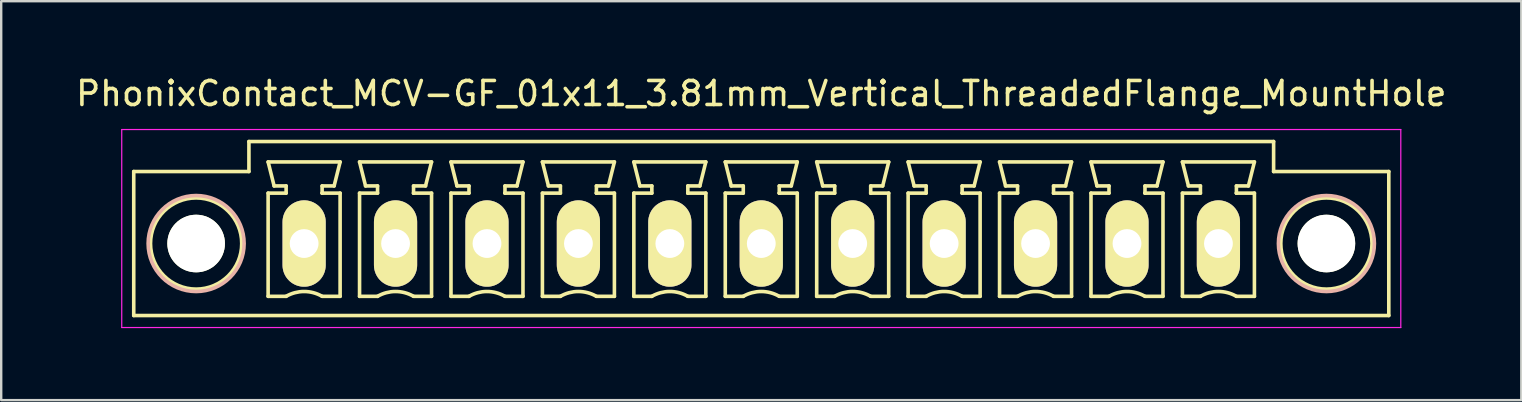
<source format=kicad_pcb>
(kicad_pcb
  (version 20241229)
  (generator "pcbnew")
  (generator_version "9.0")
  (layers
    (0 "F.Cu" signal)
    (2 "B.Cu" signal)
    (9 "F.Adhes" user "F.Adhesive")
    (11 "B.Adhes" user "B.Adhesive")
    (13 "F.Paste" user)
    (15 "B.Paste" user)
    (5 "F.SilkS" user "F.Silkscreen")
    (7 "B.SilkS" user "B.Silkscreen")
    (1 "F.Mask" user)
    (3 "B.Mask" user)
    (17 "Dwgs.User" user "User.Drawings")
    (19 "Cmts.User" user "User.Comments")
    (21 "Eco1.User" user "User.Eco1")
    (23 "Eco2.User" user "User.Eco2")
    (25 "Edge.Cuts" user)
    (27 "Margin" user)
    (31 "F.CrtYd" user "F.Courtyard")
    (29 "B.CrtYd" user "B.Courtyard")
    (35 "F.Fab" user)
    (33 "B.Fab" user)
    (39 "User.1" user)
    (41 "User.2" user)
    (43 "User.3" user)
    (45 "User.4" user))
  (footprint "PhonixContact_MCV-GF_01x11_3.81mm_Vertical_ThreadedFlange_MountHole"
    (layer "F.Cu")
    (at 9.623 7.098)
    (property "Reference" "PhonixContact_MCV-GF_01x11_3.81mm_Vertical_ThreadedFlange_MountHole" (at 19.05 -6.25 0) (layer "F.SilkS") (effects (font (size 1 1) (thickness 0.15))))
    (attr through_hole)
    (fp_line (start -7.1 -3) (end -7.1 3) (stroke (width 0.15) (type solid)) (layer "F.SilkS"))
    (fp_line (start -7.1 3) (end 45.2 3) (stroke (width 0.15) (type solid)) (layer "F.SilkS"))
    (fp_line (start -2.3 -4.25) (end -2.3 -3) (stroke (width 0.15) (type solid)) (layer "F.SilkS"))
    (fp_line (start -2.3 -3) (end -7.1 -3) (stroke (width 0.15) (type solid)) (layer "F.SilkS"))
    (fp_line (start -1.5 -3.4) (end 1.5 -3.4) (stroke (width 0.15) (type solid)) (layer "F.SilkS"))
    (fp_line (start -1.5 -2.1) (end -0.75 -2.1) (stroke (width 0.15) (type solid)) (layer "F.SilkS"))
    (fp_line (start -1.5 2.2) (end -1.5 -2.1) (stroke (width 0.15) (type solid)) (layer "F.SilkS"))
    (fp_line (start -1.25 -2.4) (end -1.5 -3.4) (stroke (width 0.15) (type solid)) (layer "F.SilkS"))
    (fp_line (start -0.75 -2.4) (end -1.25 -2.4) (stroke (width 0.15) (type solid)) (layer "F.SilkS"))
    (fp_line (start -0.75 -2.1) (end -0.75 -2.4) (stroke (width 0.15) (type solid)) (layer "F.SilkS"))
    (fp_line (start -0.75 2.2) (end -1.5 2.2) (stroke (width 0.15) (type solid)) (layer "F.SilkS"))
    (fp_line (start 0.75 -2.4) (end 0.75 -2.1) (stroke (width 0.15) (type solid)) (layer "F.SilkS"))
    (fp_line (start 0.75 -2.1) (end 0.75 -2.1) (stroke (width 0.15) (type solid)) (layer "F.SilkS"))
    (fp_line (start 0.75 -2.1) (end 1.5 -2.1) (stroke (width 0.15) (type solid)) (layer "F.SilkS"))
    (fp_line (start 1.25 -2.4) (end 0.75 -2.4) (stroke (width 0.15) (type solid)) (layer "F.SilkS"))
    (fp_line (start 1.5 -3.4) (end 1.25 -2.4) (stroke (width 0.15) (type solid)) (layer "F.SilkS"))
    (fp_line (start 1.5 -2.1) (end 1.5 2.2) (stroke (width 0.15) (type solid)) (layer "F.SilkS"))
    (fp_line (start 1.5 2.2) (end 0.75 2.2) (stroke (width 0.15) (type solid)) (layer "F.SilkS"))
    (fp_line (start 2.31 -3.4) (end 5.31 -3.4) (stroke (width 0.15) (type solid)) (layer "F.SilkS"))
    (fp_line (start 2.31 -2.1) (end 3.06 -2.1) (stroke (width 0.15) (type solid)) (layer "F.SilkS"))
    (fp_line (start 2.31 2.2) (end 2.31 -2.1) (stroke (width 0.15) (type solid)) (layer "F.SilkS"))
    (fp_line (start 2.56 -2.4) (end 2.31 -3.4) (stroke (width 0.15) (type solid)) (layer "F.SilkS"))
    (fp_line (start 3.06 -2.4) (end 2.56 -2.4) (stroke (width 0.15) (type solid)) (layer "F.SilkS"))
    (fp_line (start 3.06 -2.1) (end 3.06 -2.4) (stroke (width 0.15) (type solid)) (layer "F.SilkS"))
    (fp_line (start 3.06 2.2) (end 2.31 2.2) (stroke (width 0.15) (type solid)) (layer "F.SilkS"))
    (fp_line (start 4.56 -2.4) (end 4.56 -2.1) (stroke (width 0.15) (type solid)) (layer "F.SilkS"))
    (fp_line (start 4.56 -2.1) (end 4.56 -2.1) (stroke (width 0.15) (type solid)) (layer "F.SilkS"))
    (fp_line (start 4.56 -2.1) (end 5.31 -2.1) (stroke (width 0.15) (type solid)) (layer "F.SilkS"))
    (fp_line (start 5.06 -2.4) (end 4.56 -2.4) (stroke (width 0.15) (type solid)) (layer "F.SilkS"))
    (fp_line (start 5.31 -3.4) (end 5.06 -2.4) (stroke (width 0.15) (type solid)) (layer "F.SilkS"))
    (fp_line (start 5.31 -2.1) (end 5.31 2.2) (stroke (width 0.15) (type solid)) (layer "F.SilkS"))
    (fp_line (start 5.31 2.2) (end 4.56 2.2) (stroke (width 0.15) (type solid)) (layer "F.SilkS"))
    (fp_line (start 6.12 -3.4) (end 9.12 -3.4) (stroke (width 0.15) (type solid)) (layer "F.SilkS"))
    (fp_line (start 6.12 -2.1) (end 6.87 -2.1) (stroke (width 0.15) (type solid)) (layer "F.SilkS"))
    (fp_line (start 6.12 2.2) (end 6.12 -2.1) (stroke (width 0.15) (type solid)) (layer "F.SilkS"))
    (fp_line (start 6.37 -2.4) (end 6.12 -3.4) (stroke (width 0.15) (type solid)) (layer "F.SilkS"))
    (fp_line (start 6.87 -2.4) (end 6.37 -2.4) (stroke (width 0.15) (type solid)) (layer "F.SilkS"))
    (fp_line (start 6.87 -2.1) (end 6.87 -2.4) (stroke (width 0.15) (type solid)) (layer "F.SilkS"))
    (fp_line (start 6.87 2.2) (end 6.12 2.2) (stroke (width 0.15) (type solid)) (layer "F.SilkS"))
    (fp_line (start 8.37 -2.4) (end 8.37 -2.1) (stroke (width 0.15) (type solid)) (layer "F.SilkS"))
    (fp_line (start 8.37 -2.1) (end 8.37 -2.1) (stroke (width 0.15) (type solid)) (layer "F.SilkS"))
    (fp_line (start 8.37 -2.1) (end 9.12 -2.1) (stroke (width 0.15) (type solid)) (layer "F.SilkS"))
    (fp_line (start 8.87 -2.4) (end 8.37 -2.4) (stroke (width 0.15) (type solid)) (layer "F.SilkS"))
    (fp_line (start 9.12 -3.4) (end 8.87 -2.4) (stroke (width 0.15) (type solid)) (layer "F.SilkS"))
    (fp_line (start 9.12 -2.1) (end 9.12 2.2) (stroke (width 0.15) (type solid)) (layer "F.SilkS"))
    (fp_line (start 9.12 2.2) (end 8.37 2.2) (stroke (width 0.15) (type solid)) (layer "F.SilkS"))
    (fp_line (start 9.93 -3.4) (end 12.93 -3.4) (stroke (width 0.15) (type solid)) (layer "F.SilkS"))
    (fp_line (start 9.93 -2.1) (end 10.68 -2.1) (stroke (width 0.15) (type solid)) (layer "F.SilkS"))
    (fp_line (start 9.93 2.2) (end 9.93 -2.1) (stroke (width 0.15) (type solid)) (layer "F.SilkS"))
    (fp_line (start 10.18 -2.4) (end 9.93 -3.4) (stroke (width 0.15) (type solid)) (layer "F.SilkS"))
    (fp_line (start 10.68 -2.4) (end 10.18 -2.4) (stroke (width 0.15) (type solid)) (layer "F.SilkS"))
    (fp_line (start 10.68 -2.1) (end 10.68 -2.4) (stroke (width 0.15) (type solid)) (layer "F.SilkS"))
    (fp_line (start 10.68 2.2) (end 9.93 2.2) (stroke (width 0.15) (type solid)) (layer "F.SilkS"))
    (fp_line (start 12.18 -2.4) (end 12.18 -2.1) (stroke (width 0.15) (type solid)) (layer "F.SilkS"))
    (fp_line (start 12.18 -2.1) (end 12.18 -2.1) (stroke (width 0.15) (type solid)) (layer "F.SilkS"))
    (fp_line (start 12.18 -2.1) (end 12.93 -2.1) (stroke (width 0.15) (type solid)) (layer "F.SilkS"))
    (fp_line (start 12.68 -2.4) (end 12.18 -2.4) (stroke (width 0.15) (type solid)) (layer "F.SilkS"))
    (fp_line (start 12.93 -3.4) (end 12.68 -2.4) (stroke (width 0.15) (type solid)) (layer "F.SilkS"))
    (fp_line (start 12.93 -2.1) (end 12.93 2.2) (stroke (width 0.15) (type solid)) (layer "F.SilkS"))
    (fp_line (start 12.93 2.2) (end 12.18 2.2) (stroke (width 0.15) (type solid)) (layer "F.SilkS"))
    (fp_line (start 13.74 -3.4) (end 16.74 -3.4) (stroke (width 0.15) (type solid)) (layer "F.SilkS"))
    (fp_line (start 13.74 -2.1) (end 14.49 -2.1) (stroke (width 0.15) (type solid)) (layer "F.SilkS"))
    (fp_line (start 13.74 2.2) (end 13.74 -2.1) (stroke (width 0.15) (type solid)) (layer "F.SilkS"))
    (fp_line (start 13.99 -2.4) (end 13.74 -3.4) (stroke (width 0.15) (type solid)) (layer "F.SilkS"))
    (fp_line (start 14.49 -2.4) (end 13.99 -2.4) (stroke (width 0.15) (type solid)) (layer "F.SilkS"))
    (fp_line (start 14.49 -2.1) (end 14.49 -2.4) (stroke (width 0.15) (type solid)) (layer "F.SilkS"))
    (fp_line (start 14.49 2.2) (end 13.74 2.2) (stroke (width 0.15) (type solid)) (layer "F.SilkS"))
    (fp_line (start 15.99 -2.4) (end 15.99 -2.1) (stroke (width 0.15) (type solid)) (layer "F.SilkS"))
    (fp_line (start 15.99 -2.1) (end 15.99 -2.1) (stroke (width 0.15) (type solid)) (layer "F.SilkS"))
    (fp_line (start 15.99 -2.1) (end 16.74 -2.1) (stroke (width 0.15) (type solid)) (layer "F.SilkS"))
    (fp_line (start 16.49 -2.4) (end 15.99 -2.4) (stroke (width 0.15) (type solid)) (layer "F.SilkS"))
    (fp_line (start 16.74 -3.4) (end 16.49 -2.4) (stroke (width 0.15) (type solid)) (layer "F.SilkS"))
    (fp_line (start 16.74 -2.1) (end 16.74 2.2) (stroke (width 0.15) (type solid)) (layer "F.SilkS"))
    (fp_line (start 16.74 2.2) (end 15.99 2.2) (stroke (width 0.15) (type solid)) (layer "F.SilkS"))
    (fp_line (start 17.55 -3.4) (end 20.55 -3.4) (stroke (width 0.15) (type solid)) (layer "F.SilkS"))
    (fp_line (start 17.55 -2.1) (end 18.3 -2.1) (stroke (width 0.15) (type solid)) (layer "F.SilkS"))
    (fp_line (start 17.55 2.2) (end 17.55 -2.1) (stroke (width 0.15) (type solid)) (layer "F.SilkS"))
    (fp_line (start 17.8 -2.4) (end 17.55 -3.4) (stroke (width 0.15) (type solid)) (layer "F.SilkS"))
    (fp_line (start 18.3 -2.4) (end 17.8 -2.4) (stroke (width 0.15) (type solid)) (layer "F.SilkS"))
    (fp_line (start 18.3 -2.1) (end 18.3 -2.4) (stroke (width 0.15) (type solid)) (layer "F.SilkS"))
    (fp_line (start 18.3 2.2) (end 17.55 2.2) (stroke (width 0.15) (type solid)) (layer "F.SilkS"))
    (fp_line (start 19.8 -2.4) (end 19.8 -2.1) (stroke (width 0.15) (type solid)) (layer "F.SilkS"))
    (fp_line (start 19.8 -2.1) (end 19.8 -2.1) (stroke (width 0.15) (type solid)) (layer "F.SilkS"))
    (fp_line (start 19.8 -2.1) (end 20.55 -2.1) (stroke (width 0.15) (type solid)) (layer "F.SilkS"))
    (fp_line (start 20.3 -2.4) (end 19.8 -2.4) (stroke (width 0.15) (type solid)) (layer "F.SilkS"))
    (fp_line (start 20.55 -3.4) (end 20.3 -2.4) (stroke (width 0.15) (type solid)) (layer "F.SilkS"))
    (fp_line (start 20.55 -2.1) (end 20.55 2.2) (stroke (width 0.15) (type solid)) (layer "F.SilkS"))
    (fp_line (start 20.55 2.2) (end 19.8 2.2) (stroke (width 0.15) (type solid)) (layer "F.SilkS"))
    (fp_line (start 21.36 -3.4) (end 24.36 -3.4) (stroke (width 0.15) (type solid)) (layer "F.SilkS"))
    (fp_line (start 21.36 -2.1) (end 22.11 -2.1) (stroke (width 0.15) (type solid)) (layer "F.SilkS"))
    (fp_line (start 21.36 2.2) (end 21.36 -2.1) (stroke (width 0.15) (type solid)) (layer "F.SilkS"))
    (fp_line (start 21.61 -2.4) (end 21.36 -3.4) (stroke (width 0.15) (type solid)) (layer "F.SilkS"))
    (fp_line (start 22.11 -2.4) (end 21.61 -2.4) (stroke (width 0.15) (type solid)) (layer "F.SilkS"))
    (fp_line (start 22.11 -2.1) (end 22.11 -2.4) (stroke (width 0.15) (type solid)) (layer "F.SilkS"))
    (fp_line (start 22.11 2.2) (end 21.36 2.2) (stroke (width 0.15) (type solid)) (layer "F.SilkS"))
    (fp_line (start 23.61 -2.4) (end 23.61 -2.1) (stroke (width 0.15) (type solid)) (layer "F.SilkS"))
    (fp_line (start 23.61 -2.1) (end 23.61 -2.1) (stroke (width 0.15) (type solid)) (layer "F.SilkS"))
    (fp_line (start 23.61 -2.1) (end 24.36 -2.1) (stroke (width 0.15) (type solid)) (layer "F.SilkS"))
    (fp_line (start 24.11 -2.4) (end 23.61 -2.4) (stroke (width 0.15) (type solid)) (layer "F.SilkS"))
    (fp_line (start 24.36 -3.4) (end 24.11 -2.4) (stroke (width 0.15) (type solid)) (layer "F.SilkS"))
    (fp_line (start 24.36 -2.1) (end 24.36 2.2) (stroke (width 0.15) (type solid)) (layer "F.SilkS"))
    (fp_line (start 24.36 2.2) (end 23.61 2.2) (stroke (width 0.15) (type solid)) (layer "F.SilkS"))
    (fp_line (start 25.17 -3.4) (end 28.17 -3.4) (stroke (width 0.15) (type solid)) (layer "F.SilkS"))
    (fp_line (start 25.17 -2.1) (end 25.92 -2.1) (stroke (width 0.15) (type solid)) (layer "F.SilkS"))
    (fp_line (start 25.17 2.2) (end 25.17 -2.1) (stroke (width 0.15) (type solid)) (layer "F.SilkS"))
    (fp_line (start 25.42 -2.4) (end 25.17 -3.4) (stroke (width 0.15) (type solid)) (layer "F.SilkS"))
    (fp_line (start 25.92 -2.4) (end 25.42 -2.4) (stroke (width 0.15) (type solid)) (layer "F.SilkS"))
    (fp_line (start 25.92 -2.1) (end 25.92 -2.4) (stroke (width 0.15) (type solid)) (layer "F.SilkS"))
    (fp_line (start 25.92 2.2) (end 25.17 2.2) (stroke (width 0.15) (type solid)) (layer "F.SilkS"))
    (fp_line (start 27.42 -2.4) (end 27.42 -2.1) (stroke (width 0.15) (type solid)) (layer "F.SilkS"))
    (fp_line (start 27.42 -2.1) (end 27.42 -2.1) (stroke (width 0.15) (type solid)) (layer "F.SilkS"))
    (fp_line (start 27.42 -2.1) (end 28.17 -2.1) (stroke (width 0.15) (type solid)) (layer "F.SilkS"))
    (fp_line (start 27.92 -2.4) (end 27.42 -2.4) (stroke (width 0.15) (type solid)) (layer "F.SilkS"))
    (fp_line (start 28.17 -3.4) (end 27.92 -2.4) (stroke (width 0.15) (type solid)) (layer "F.SilkS"))
    (fp_line (start 28.17 -2.1) (end 28.17 2.2) (stroke (width 0.15) (type solid)) (layer "F.SilkS"))
    (fp_line (start 28.17 2.2) (end 27.42 2.2) (stroke (width 0.15) (type solid)) (layer "F.SilkS"))
    (fp_line (start 28.98 -3.4) (end 31.98 -3.4) (stroke (width 0.15) (type solid)) (layer "F.SilkS"))
    (fp_line (start 28.98 -2.1) (end 29.73 -2.1) (stroke (width 0.15) (type solid)) (layer "F.SilkS"))
    (fp_line (start 28.98 2.2) (end 28.98 -2.1) (stroke (width 0.15) (type solid)) (layer "F.SilkS"))
    (fp_line (start 29.23 -2.4) (end 28.98 -3.4) (stroke (width 0.15) (type solid)) (layer "F.SilkS"))
    (fp_line (start 29.73 -2.4) (end 29.23 -2.4) (stroke (width 0.15) (type solid)) (layer "F.SilkS"))
    (fp_line (start 29.73 -2.1) (end 29.73 -2.4) (stroke (width 0.15) (type solid)) (layer "F.SilkS"))
    (fp_line (start 29.73 2.2) (end 28.98 2.2) (stroke (width 0.15) (type solid)) (layer "F.SilkS"))
    (fp_line (start 31.23 -2.4) (end 31.23 -2.1) (stroke (width 0.15) (type solid)) (layer "F.SilkS"))
    (fp_line (start 31.23 -2.1) (end 31.23 -2.1) (stroke (width 0.15) (type solid)) (layer "F.SilkS"))
    (fp_line (start 31.23 -2.1) (end 31.98 -2.1) (stroke (width 0.15) (type solid)) (layer "F.SilkS"))
    (fp_line (start 31.73 -2.4) (end 31.23 -2.4) (stroke (width 0.15) (type solid)) (layer "F.SilkS"))
    (fp_line (start 31.98 -3.4) (end 31.73 -2.4) (stroke (width 0.15) (type solid)) (layer "F.SilkS"))
    (fp_line (start 31.98 -2.1) (end 31.98 2.2) (stroke (width 0.15) (type solid)) (layer "F.SilkS"))
    (fp_line (start 31.98 2.2) (end 31.23 2.2) (stroke (width 0.15) (type solid)) (layer "F.SilkS"))
    (fp_line (start 32.79 -3.4) (end 35.79 -3.4) (stroke (width 0.15) (type solid)) (layer "F.SilkS"))
    (fp_line (start 32.79 -2.1) (end 33.54 -2.1) (stroke (width 0.15) (type solid)) (layer "F.SilkS"))
    (fp_line (start 32.79 2.2) (end 32.79 -2.1) (stroke (width 0.15) (type solid)) (layer "F.SilkS"))
    (fp_line (start 33.04 -2.4) (end 32.79 -3.4) (stroke (width 0.15) (type solid)) (layer "F.SilkS"))
    (fp_line (start 33.54 -2.4) (end 33.04 -2.4) (stroke (width 0.15) (type solid)) (layer "F.SilkS"))
    (fp_line (start 33.54 -2.1) (end 33.54 -2.4) (stroke (width 0.15) (type solid)) (layer "F.SilkS"))
    (fp_line (start 33.54 2.2) (end 32.79 2.2) (stroke (width 0.15) (type solid)) (layer "F.SilkS"))
    (fp_line (start 35.04 -2.4) (end 35.04 -2.1) (stroke (width 0.15) (type solid)) (layer "F.SilkS"))
    (fp_line (start 35.04 -2.1) (end 35.04 -2.1) (stroke (width 0.15) (type solid)) (layer "F.SilkS"))
    (fp_line (start 35.04 -2.1) (end 35.79 -2.1) (stroke (width 0.15) (type solid)) (layer "F.SilkS"))
    (fp_line (start 35.54 -2.4) (end 35.04 -2.4) (stroke (width 0.15) (type solid)) (layer "F.SilkS"))
    (fp_line (start 35.79 -3.4) (end 35.54 -2.4) (stroke (width 0.15) (type solid)) (layer "F.SilkS"))
    (fp_line (start 35.79 -2.1) (end 35.79 2.2) (stroke (width 0.15) (type solid)) (layer "F.SilkS"))
    (fp_line (start 35.79 2.2) (end 35.04 2.2) (stroke (width 0.15) (type solid)) (layer "F.SilkS"))
    (fp_line (start 36.6 -3.4) (end 39.6 -3.4) (stroke (width 0.15) (type solid)) (layer "F.SilkS"))
    (fp_line (start 36.6 -2.1) (end 37.35 -2.1) (stroke (width 0.15) (type solid)) (layer "F.SilkS"))
    (fp_line (start 36.6 2.2) (end 36.6 -2.1) (stroke (width 0.15) (type solid)) (layer "F.SilkS"))
    (fp_line (start 36.85 -2.4) (end 36.6 -3.4) (stroke (width 0.15) (type solid)) (layer "F.SilkS"))
    (fp_line (start 37.35 -2.4) (end 36.85 -2.4) (stroke (width 0.15) (type solid)) (layer "F.SilkS"))
    (fp_line (start 37.35 -2.1) (end 37.35 -2.4) (stroke (width 0.15) (type solid)) (layer "F.SilkS"))
    (fp_line (start 37.35 2.2) (end 36.6 2.2) (stroke (width 0.15) (type solid)) (layer "F.SilkS"))
    (fp_line (start 38.85 -2.4) (end 38.85 -2.1) (stroke (width 0.15) (type solid)) (layer "F.SilkS"))
    (fp_line (start 38.85 -2.1) (end 38.85 -2.1) (stroke (width 0.15) (type solid)) (layer "F.SilkS"))
    (fp_line (start 38.85 -2.1) (end 39.6 -2.1) (stroke (width 0.15) (type solid)) (layer "F.SilkS"))
    (fp_line (start 39.35 -2.4) (end 38.85 -2.4) (stroke (width 0.15) (type solid)) (layer "F.SilkS"))
    (fp_line (start 39.6 -3.4) (end 39.35 -2.4) (stroke (width 0.15) (type solid)) (layer "F.SilkS"))
    (fp_line (start 39.6 -2.1) (end 39.6 2.2) (stroke (width 0.15) (type solid)) (layer "F.SilkS"))
    (fp_line (start 39.6 2.2) (end 38.85 2.2) (stroke (width 0.15) (type solid)) (layer "F.SilkS"))
    (fp_line (start 40.4 -4.25) (end -2.3 -4.25) (stroke (width 0.15) (type solid)) (layer "F.SilkS"))
    (fp_line (start 40.4 -3) (end 40.4 -4.25) (stroke (width 0.15) (type solid)) (layer "F.SilkS"))
    (fp_line (start 45.2 -3) (end 40.4 -3) (stroke (width 0.15) (type solid)) (layer "F.SilkS"))
    (fp_line (start 45.2 3) (end 45.2 -3) (stroke (width 0.15) (type solid)) (layer "F.SilkS"))
    (fp_arc (start -0.75 2.2) (mid -0.006068 1.999179) (end 0.739464 2.193978) (stroke (width 0.15) (type solid)) (layer "F.SilkS"))
    (fp_arc (start 3.06 2.2) (mid 3.803932 1.999179) (end 4.549464 2.193978) (stroke (width 0.15) (type solid)) (layer "F.SilkS"))
    (fp_arc (start 6.87 2.2) (mid 7.613932 1.999179) (end 8.359464 2.193978) (stroke (width 0.15) (type solid)) (layer "F.SilkS"))
    (fp_arc (start 10.68 2.2) (mid 11.423932 1.999179) (end 12.169464 2.193978) (stroke (width 0.15) (type solid)) (layer "F.SilkS"))
    (fp_arc (start 14.49 2.2) (mid 15.233932 1.999179) (end 15.979464 2.193978) (stroke (width 0.15) (type solid)) (layer "F.SilkS"))
    (fp_arc (start 18.3 2.2) (mid 19.043932 1.999179) (end 19.789464 2.193978) (stroke (width 0.15) (type solid)) (layer "F.SilkS"))
    (fp_arc (start 22.11 2.2) (mid 22.853932 1.999179) (end 23.599464 2.193978) (stroke (width 0.15) (type solid)) (layer "F.SilkS"))
    (fp_arc (start 25.92 2.2) (mid 26.663932 1.999179) (end 27.409464 2.193978) (stroke (width 0.15) (type solid)) (layer "F.SilkS"))
    (fp_arc (start 29.73 2.2) (mid 30.473932 1.999179) (end 31.219464 2.193978) (stroke (width 0.15) (type solid)) (layer "F.SilkS"))
    (fp_arc (start 33.54 2.2) (mid 34.283932 1.999179) (end 35.029464 2.193978) (stroke (width 0.15) (type solid)) (layer "F.SilkS"))
    (fp_arc (start 37.35 2.2) (mid 38.093932 1.999179) (end 38.839464 2.193978) (stroke (width 0.15) (type solid)) (layer "F.SilkS"))
    (fp_circle (center -4.5 0) (end -2.6 0) (stroke (width 0.15) (type solid)) (fill no) (layer "F.SilkS"))
    (fp_circle (center 42.6 0) (end 44.5 0) (stroke (width 0.15) (type solid)) (fill no) (layer "F.SilkS"))
    (fp_circle (center -4.5 0) (end -2.5 0) (stroke (width 0.15) (type solid)) (fill no) (layer "B.SilkS"))
    (fp_circle (center 42.6 0) (end 44.6 0) (stroke (width 0.15) (type solid)) (fill no) (layer "B.SilkS"))
    (fp_line (start -7.6 -4.75) (end -7.6 3.5) (stroke (width 0.05) (type solid)) (layer "F.CrtYd"))
    (fp_line (start -7.6 3.5) (end 45.7 3.5) (stroke (width 0.05) (type solid)) (layer "F.CrtYd"))
    (fp_line (start 45.7 -4.75) (end -7.6 -4.75) (stroke (width 0.05) (type solid)) (layer "F.CrtYd"))
    (fp_line (start 45.7 3.5) (end 45.7 -4.75) (stroke (width 0.05) (type solid)) (layer "F.CrtYd"))
    (pad "" np_thru_hole circle (at -4.5 0) (size 2.4 2.4) (drill 2.4) (layers "*.Cu" "*.Mask" "F.SilkS"))
    (pad "" np_thru_hole circle (at 42.6 0) (size 2.4 2.4) (drill 2.4) (layers "*.Cu" "*.Mask" "F.SilkS"))
    (pad "1" thru_hole oval (at 0 0) (size 1.8 3.6) (drill 1.2) (layers "*.Cu" "*.Mask" "F.SilkS"))
    (pad "2" thru_hole oval (at 3.81 0) (size 1.8 3.6) (drill 1.2) (layers "*.Cu" "*.Mask" "F.SilkS"))
    (pad "3" thru_hole oval (at 7.62 0) (size 1.8 3.6) (drill 1.2) (layers "*.Cu" "*.Mask" "F.SilkS"))
    (pad "4" thru_hole oval (at 11.43 0) (size 1.8 3.6) (drill 1.2) (layers "*.Cu" "*.Mask" "F.SilkS"))
    (pad "5" thru_hole oval (at 15.24 0) (size 1.8 3.6) (drill 1.2) (layers "*.Cu" "*.Mask" "F.SilkS"))
    (pad "6" thru_hole oval (at 19.05 0) (size 1.8 3.6) (drill 1.2) (layers "*.Cu" "*.Mask" "F.SilkS"))
    (pad "7" thru_hole oval (at 22.86 0) (size 1.8 3.6) (drill 1.2) (layers "*.Cu" "*.Mask" "F.SilkS"))
    (pad "8" thru_hole oval (at 26.67 0) (size 1.8 3.6) (drill 1.2) (layers "*.Cu" "*.Mask" "F.SilkS"))
    (pad "9" thru_hole oval (at 30.48 0) (size 1.8 3.6) (drill 1.2) (layers "*.Cu" "*.Mask" "F.SilkS"))
    (pad "10" thru_hole oval (at 34.29 0) (size 1.8 3.6) (drill 1.2) (layers "*.Cu" "*.Mask" "F.SilkS"))
    (pad "11" thru_hole oval (at 38.1 0) (size 1.8 3.6) (drill 1.2) (layers "*.Cu" "*.Mask" "F.SilkS")))
  (gr_rect
    (start -3 -3)
    (end 60.345 13.623)
    (stroke (width 0.1) (type default))
    (fill no)
    (layer "Edge.Cuts")))
</source>
